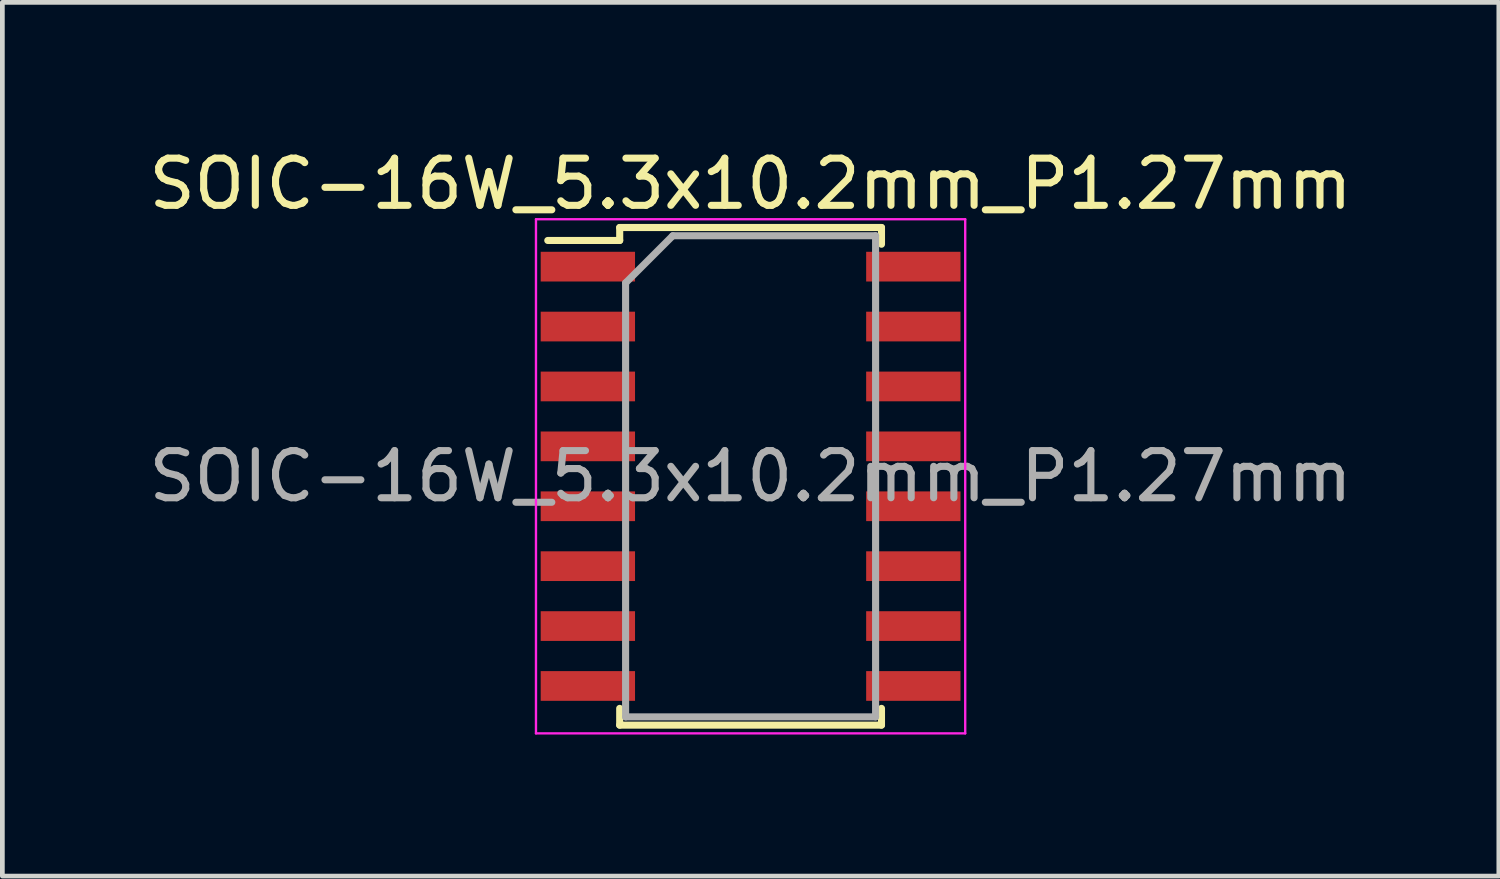
<source format=kicad_pcb>
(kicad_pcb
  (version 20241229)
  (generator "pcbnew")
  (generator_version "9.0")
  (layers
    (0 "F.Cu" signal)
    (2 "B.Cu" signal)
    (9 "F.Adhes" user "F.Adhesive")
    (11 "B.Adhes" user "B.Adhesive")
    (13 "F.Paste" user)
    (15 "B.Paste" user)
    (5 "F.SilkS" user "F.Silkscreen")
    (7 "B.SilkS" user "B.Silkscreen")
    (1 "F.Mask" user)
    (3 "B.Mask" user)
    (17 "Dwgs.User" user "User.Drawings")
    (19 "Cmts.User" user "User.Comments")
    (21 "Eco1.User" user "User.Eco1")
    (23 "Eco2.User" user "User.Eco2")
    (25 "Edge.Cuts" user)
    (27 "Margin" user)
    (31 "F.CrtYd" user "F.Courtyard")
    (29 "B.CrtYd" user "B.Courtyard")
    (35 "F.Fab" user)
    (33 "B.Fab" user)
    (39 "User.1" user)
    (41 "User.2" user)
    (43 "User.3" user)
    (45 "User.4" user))
  (footprint "SOIC-16W_5.3x10.2mm_P1.27mm"
    (layer "F.Cu")
    (at 12.863 7.048)
    (property "Reference" "SOIC-16W_5.3x10.2mm_P1.27mm" (at 0 -6.2 0) (layer "F.SilkS") (effects (font (size 1 1) (thickness 0.15))))
    (attr smd)
    (fp_line (start -2.775 -5.275) (end -2.775 -5) (stroke (width 0.15) (type solid)) (layer "F.SilkS"))
    (fp_line (start -2.775 -5.275) (end 2.775 -5.275) (stroke (width 0.15) (type solid)) (layer "F.SilkS"))
    (fp_line (start -2.775 -5) (end -4.3 -5) (stroke (width 0.15) (type solid)) (layer "F.SilkS"))
    (fp_line (start -2.775 5.275) (end -2.775 4.92) (stroke (width 0.15) (type solid)) (layer "F.SilkS"))
    (fp_line (start -2.775 5.275) (end 2.775 5.275) (stroke (width 0.15) (type solid)) (layer "F.SilkS"))
    (fp_line (start 2.775 -5.275) (end 2.775 -4.92) (stroke (width 0.15) (type solid)) (layer "F.SilkS"))
    (fp_line (start 2.775 5.275) (end 2.775 4.92) (stroke (width 0.15) (type solid)) (layer "F.SilkS"))
    (fp_line (start -4.55 -5.45) (end -4.55 5.45) (stroke (width 0.05) (type solid)) (layer "F.CrtYd"))
    (fp_line (start -4.55 -5.45) (end 4.55 -5.45) (stroke (width 0.05) (type solid)) (layer "F.CrtYd"))
    (fp_line (start -4.55 5.45) (end 4.55 5.45) (stroke (width 0.05) (type solid)) (layer "F.CrtYd"))
    (fp_line (start 4.55 -5.45) (end 4.55 5.45) (stroke (width 0.05) (type solid)) (layer "F.CrtYd"))
    (fp_line (start -2.65 -4.1) (end -1.65 -5.1) (stroke (width 0.15) (type solid)) (layer "F.Fab"))
    (fp_line (start -2.65 5.1) (end -2.65 -4.1) (stroke (width 0.15) (type solid)) (layer "F.Fab"))
    (fp_line (start -1.65 -5.1) (end 2.65 -5.1) (stroke (width 0.15) (type solid)) (layer "F.Fab"))
    (fp_line (start 2.65 -5.1) (end 2.65 5.1) (stroke (width 0.15) (type solid)) (layer "F.Fab"))
    (fp_line (start 2.65 5.1) (end -2.65 5.1) (stroke (width 0.15) (type solid)) (layer "F.Fab"))
    (fp_text user "${REFERENCE}" (at 0 0 0) (layer "F.Fab") (effects (font (size 1 1) (thickness 0.15))))
    (pad "1" smd rect (at -3.45 -4.445) (size 2 0.63) (layers "F.Cu" "F.Mask" "F.Paste"))
    (pad "2" smd rect (at -3.45 -3.175) (size 2 0.63) (layers "F.Cu" "F.Mask" "F.Paste"))
    (pad "3" smd rect (at -3.45 -1.905) (size 2 0.63) (layers "F.Cu" "F.Mask" "F.Paste"))
    (pad "4" smd rect (at -3.45 -0.635) (size 2 0.63) (layers "F.Cu" "F.Mask" "F.Paste"))
    (pad "5" smd rect (at -3.45 0.635) (size 2 0.63) (layers "F.Cu" "F.Mask" "F.Paste"))
    (pad "6" smd rect (at -3.45 1.905) (size 2 0.63) (layers "F.Cu" "F.Mask" "F.Paste"))
    (pad "7" smd rect (at -3.45 3.175) (size 2 0.63) (layers "F.Cu" "F.Mask" "F.Paste"))
    (pad "8" smd rect (at -3.45 4.445) (size 2 0.63) (layers "F.Cu" "F.Mask" "F.Paste"))
    (pad "9" smd rect (at 3.45 4.445) (size 2 0.63) (layers "F.Cu" "F.Mask" "F.Paste"))
    (pad "10" smd rect (at 3.45 3.175) (size 2 0.63) (layers "F.Cu" "F.Mask" "F.Paste"))
    (pad "11" smd rect (at 3.45 1.905) (size 2 0.63) (layers "F.Cu" "F.Mask" "F.Paste"))
    (pad "12" smd rect (at 3.45 0.635) (size 2 0.63) (layers "F.Cu" "F.Mask" "F.Paste"))
    (pad "13" smd rect (at 3.45 -0.635) (size 2 0.63) (layers "F.Cu" "F.Mask" "F.Paste"))
    (pad "14" smd rect (at 3.45 -1.905) (size 2 0.63) (layers "F.Cu" "F.Mask" "F.Paste"))
    (pad "15" smd rect (at 3.45 -3.175) (size 2 0.63) (layers "F.Cu" "F.Mask" "F.Paste"))
    (pad "16" smd rect (at 3.45 -4.445) (size 2 0.63) (layers "F.Cu" "F.Mask" "F.Paste")))
  (gr_rect
    (start -3 -3)
    (end 28.726 15.523)
    (stroke (width 0.1) (type default))
    (fill no)
    (layer "Edge.Cuts")))
</source>
